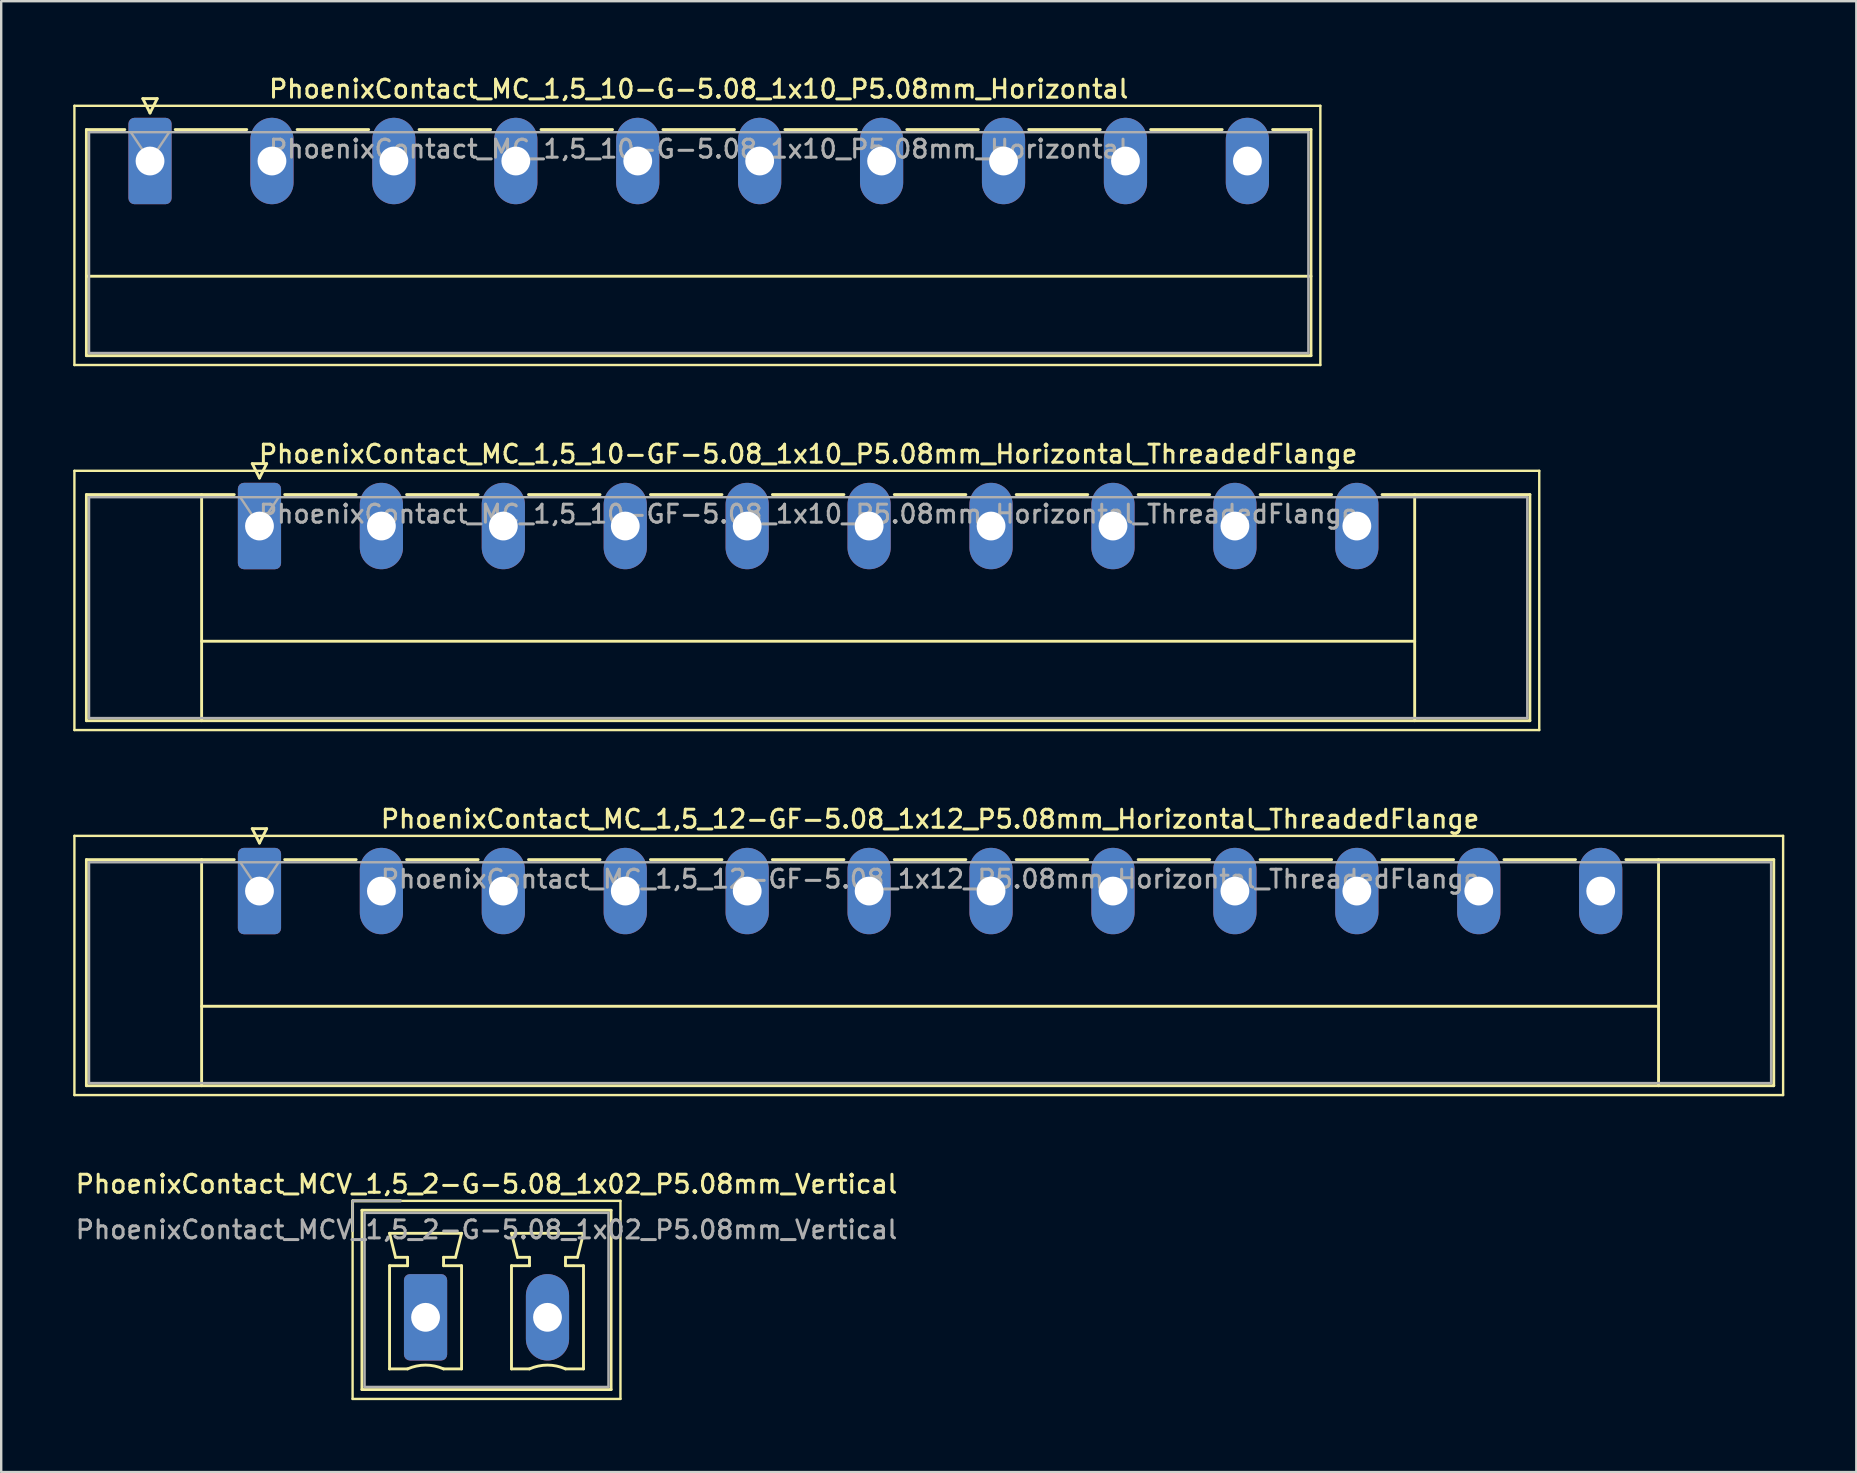
<source format=kicad_pcb>
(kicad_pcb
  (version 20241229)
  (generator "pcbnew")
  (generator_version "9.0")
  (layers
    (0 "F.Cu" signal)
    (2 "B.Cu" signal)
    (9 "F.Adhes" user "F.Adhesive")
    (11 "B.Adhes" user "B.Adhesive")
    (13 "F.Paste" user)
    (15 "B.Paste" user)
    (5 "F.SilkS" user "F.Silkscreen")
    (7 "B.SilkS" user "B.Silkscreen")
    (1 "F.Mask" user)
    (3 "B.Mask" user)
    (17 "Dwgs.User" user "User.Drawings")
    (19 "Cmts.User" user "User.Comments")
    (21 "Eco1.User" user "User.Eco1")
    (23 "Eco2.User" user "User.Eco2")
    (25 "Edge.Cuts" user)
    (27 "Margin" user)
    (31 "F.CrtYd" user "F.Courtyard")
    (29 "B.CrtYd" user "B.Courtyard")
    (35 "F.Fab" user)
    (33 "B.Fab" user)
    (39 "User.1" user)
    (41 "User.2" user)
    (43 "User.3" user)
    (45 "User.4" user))
  (footprint "PhoenixContact_MC_1,5_10-GF-5.08_1x10_P5.08mm_Horizontal_ThreadedFlange"
    (layer "F.Cu")
    (at 7.76 18.866)
    (property "Reference" "PhoenixContact_MC_1,5_10-GF-5.08_1x10_P5.08mm_Horizontal_ThreadedFlange" (at 22.86 -3 0) (layer "F.SilkS") (effects (font (size 0.75 0.75) (thickness 0.125))))
    (attr through_hole)
    (fp_line (start -7.71 -2.3) (end -7.71 8.5) (stroke (width 0.1) (type solid)) (layer "F.SilkS"))
    (fp_line (start -7.71 8.5) (end 53.32 8.5) (stroke (width 0.1) (type solid)) (layer "F.SilkS"))
    (fp_line (start -7.21 -1.31) (end -7.21 8.11) (stroke (width 0.12) (type solid)) (layer "F.SilkS"))
    (fp_line (start -7.21 -1.31) (end -1.05 -1.31) (stroke (width 0.12) (type solid)) (layer "F.SilkS"))
    (fp_line (start -7.21 8.11) (end 52.93 8.11) (stroke (width 0.12) (type solid)) (layer "F.SilkS"))
    (fp_line (start -2.41 -1.31) (end -2.41 8.11) (stroke (width 0.12) (type solid)) (layer "F.SilkS"))
    (fp_line (start -2.41 4.8) (end 48.13 4.8) (stroke (width 0.12) (type solid)) (layer "F.SilkS"))
    (fp_line (start -0.3 -2.6) (end 0.3 -2.6) (stroke (width 0.12) (type solid)) (layer "F.SilkS"))
    (fp_line (start 0 -2) (end -0.3 -2.6) (stroke (width 0.12) (type solid)) (layer "F.SilkS"))
    (fp_line (start 0.3 -2.6) (end 0 -2) (stroke (width 0.12) (type solid)) (layer "F.SilkS"))
    (fp_line (start 1.05 -1.31) (end 4.03 -1.31) (stroke (width 0.12) (type solid)) (layer "F.SilkS"))
    (fp_line (start 6.13 -1.31) (end 9.11 -1.31) (stroke (width 0.12) (type solid)) (layer "F.SilkS"))
    (fp_line (start 11.21 -1.31) (end 14.19 -1.31) (stroke (width 0.12) (type solid)) (layer "F.SilkS"))
    (fp_line (start 16.29 -1.31) (end 19.27 -1.31) (stroke (width 0.12) (type solid)) (layer "F.SilkS"))
    (fp_line (start 21.37 -1.31) (end 24.35 -1.31) (stroke (width 0.12) (type solid)) (layer "F.SilkS"))
    (fp_line (start 26.45 -1.31) (end 29.43 -1.31) (stroke (width 0.12) (type solid)) (layer "F.SilkS"))
    (fp_line (start 31.53 -1.31) (end 34.51 -1.31) (stroke (width 0.12) (type solid)) (layer "F.SilkS"))
    (fp_line (start 36.61 -1.31) (end 39.59 -1.31) (stroke (width 0.12) (type solid)) (layer "F.SilkS"))
    (fp_line (start 41.69 -1.31) (end 44.67 -1.31) (stroke (width 0.12) (type solid)) (layer "F.SilkS"))
    (fp_line (start 48.13 -1.31) (end 48.13 8.11) (stroke (width 0.12) (type solid)) (layer "F.SilkS"))
    (fp_line (start 52.93 -1.31) (end 46.77 -1.31) (stroke (width 0.12) (type solid)) (layer "F.SilkS"))
    (fp_line (start 52.93 8.11) (end 52.93 -1.31) (stroke (width 0.12) (type solid)) (layer "F.SilkS"))
    (fp_line (start 53.32 -2.3) (end -7.71 -2.3) (stroke (width 0.1) (type solid)) (layer "F.SilkS"))
    (fp_line (start 53.32 8.5) (end 53.32 -2.3) (stroke (width 0.1) (type solid)) (layer "F.SilkS"))
    (fp_line (start -7.1 -1.2) (end -7.1 8) (stroke (width 0.1) (type solid)) (layer "F.Fab"))
    (fp_line (start -7.1 8) (end 52.82 8) (stroke (width 0.1) (type solid)) (layer "F.Fab"))
    (fp_line (start 0 0) (end -0.8 -1.2) (stroke (width 0.1) (type solid)) (layer "F.Fab"))
    (fp_line (start 0.8 -1.2) (end 0 0) (stroke (width 0.1) (type solid)) (layer "F.Fab"))
    (fp_line (start 52.82 -1.2) (end -7.1 -1.2) (stroke (width 0.1) (type solid)) (layer "F.Fab"))
    (fp_line (start 52.82 8) (end 52.82 -1.2) (stroke (width 0.1) (type solid)) (layer "F.Fab"))
    (fp_text user "${REFERENCE}" (at 22.86 -0.5 0) (layer "F.Fab") (effects (font (size 0.75 0.75) (thickness 0.125))))
    (pad "1" thru_hole roundrect (at 0 0) (size 1.8 3.6) (drill 1.2) (layers "*.Cu" "*.Mask") (roundrect_rratio 0.139))
    (pad "2" thru_hole oval (at 5.08 0) (size 1.8 3.6) (drill 1.2) (layers "*.Cu" "*.Mask"))
    (pad "3" thru_hole oval (at 10.16 0) (size 1.8 3.6) (drill 1.2) (layers "*.Cu" "*.Mask"))
    (pad "4" thru_hole oval (at 15.24 0) (size 1.8 3.6) (drill 1.2) (layers "*.Cu" "*.Mask"))
    (pad "5" thru_hole oval (at 20.32 0) (size 1.8 3.6) (drill 1.2) (layers "*.Cu" "*.Mask"))
    (pad "6" thru_hole oval (at 25.4 0) (size 1.8 3.6) (drill 1.2) (layers "*.Cu" "*.Mask"))
    (pad "7" thru_hole oval (at 30.48 0) (size 1.8 3.6) (drill 1.2) (layers "*.Cu" "*.Mask"))
    (pad "8" thru_hole oval (at 35.56 0) (size 1.8 3.6) (drill 1.2) (layers "*.Cu" "*.Mask"))
    (pad "9" thru_hole oval (at 40.64 0) (size 1.8 3.6) (drill 1.2) (layers "*.Cu" "*.Mask"))
    (pad "10" thru_hole oval (at 45.72 0) (size 1.8 3.6) (drill 1.2) (layers "*.Cu" "*.Mask")))
  (footprint "PhoenixContact_MC_1,5_12-GF-5.08_1x12_P5.08mm_Horizontal_ThreadedFlange"
    (layer "F.Cu")
    (at 7.76 34.074)
    (property "Reference" "PhoenixContact_MC_1,5_12-GF-5.08_1x12_P5.08mm_Horizontal_ThreadedFlange" (at 27.94 -3 0) (layer "F.SilkS") (effects (font (size 0.75 0.75) (thickness 0.125))))
    (attr through_hole)
    (fp_line (start -7.71 -2.3) (end -7.71 8.5) (stroke (width 0.1) (type solid)) (layer "F.SilkS"))
    (fp_line (start -7.71 8.5) (end 63.48 8.5) (stroke (width 0.1) (type solid)) (layer "F.SilkS"))
    (fp_line (start -7.21 -1.31) (end -7.21 8.11) (stroke (width 0.12) (type solid)) (layer "F.SilkS"))
    (fp_line (start -7.21 -1.31) (end -1.05 -1.31) (stroke (width 0.12) (type solid)) (layer "F.SilkS"))
    (fp_line (start -7.21 8.11) (end 63.09 8.11) (stroke (width 0.12) (type solid)) (layer "F.SilkS"))
    (fp_line (start -2.41 -1.31) (end -2.41 8.11) (stroke (width 0.12) (type solid)) (layer "F.SilkS"))
    (fp_line (start -2.41 4.8) (end 58.29 4.8) (stroke (width 0.12) (type solid)) (layer "F.SilkS"))
    (fp_line (start -0.3 -2.6) (end 0.3 -2.6) (stroke (width 0.12) (type solid)) (layer "F.SilkS"))
    (fp_line (start 0 -2) (end -0.3 -2.6) (stroke (width 0.12) (type solid)) (layer "F.SilkS"))
    (fp_line (start 0.3 -2.6) (end 0 -2) (stroke (width 0.12) (type solid)) (layer "F.SilkS"))
    (fp_line (start 1.05 -1.31) (end 4.03 -1.31) (stroke (width 0.12) (type solid)) (layer "F.SilkS"))
    (fp_line (start 6.13 -1.31) (end 9.11 -1.31) (stroke (width 0.12) (type solid)) (layer "F.SilkS"))
    (fp_line (start 11.21 -1.31) (end 14.19 -1.31) (stroke (width 0.12) (type solid)) (layer "F.SilkS"))
    (fp_line (start 16.29 -1.31) (end 19.27 -1.31) (stroke (width 0.12) (type solid)) (layer "F.SilkS"))
    (fp_line (start 21.37 -1.31) (end 24.35 -1.31) (stroke (width 0.12) (type solid)) (layer "F.SilkS"))
    (fp_line (start 26.45 -1.31) (end 29.43 -1.31) (stroke (width 0.12) (type solid)) (layer "F.SilkS"))
    (fp_line (start 31.53 -1.31) (end 34.51 -1.31) (stroke (width 0.12) (type solid)) (layer "F.SilkS"))
    (fp_line (start 36.61 -1.31) (end 39.59 -1.31) (stroke (width 0.12) (type solid)) (layer "F.SilkS"))
    (fp_line (start 41.69 -1.31) (end 44.67 -1.31) (stroke (width 0.12) (type solid)) (layer "F.SilkS"))
    (fp_line (start 46.77 -1.31) (end 49.75 -1.31) (stroke (width 0.12) (type solid)) (layer "F.SilkS"))
    (fp_line (start 51.85 -1.31) (end 54.83 -1.31) (stroke (width 0.12) (type solid)) (layer "F.SilkS"))
    (fp_line (start 58.29 -1.31) (end 58.29 8.11) (stroke (width 0.12) (type solid)) (layer "F.SilkS"))
    (fp_line (start 63.09 -1.31) (end 56.93 -1.31) (stroke (width 0.12) (type solid)) (layer "F.SilkS"))
    (fp_line (start 63.09 8.11) (end 63.09 -1.31) (stroke (width 0.12) (type solid)) (layer "F.SilkS"))
    (fp_line (start 63.48 -2.3) (end -7.71 -2.3) (stroke (width 0.1) (type solid)) (layer "F.SilkS"))
    (fp_line (start 63.48 8.5) (end 63.48 -2.3) (stroke (width 0.1) (type solid)) (layer "F.SilkS"))
    (fp_line (start -7.1 -1.2) (end -7.1 8) (stroke (width 0.1) (type solid)) (layer "F.Fab"))
    (fp_line (start -7.1 8) (end 62.98 8) (stroke (width 0.1) (type solid)) (layer "F.Fab"))
    (fp_line (start 0 0) (end -0.8 -1.2) (stroke (width 0.1) (type solid)) (layer "F.Fab"))
    (fp_line (start 0.8 -1.2) (end 0 0) (stroke (width 0.1) (type solid)) (layer "F.Fab"))
    (fp_line (start 62.98 -1.2) (end -7.1 -1.2) (stroke (width 0.1) (type solid)) (layer "F.Fab"))
    (fp_line (start 62.98 8) (end 62.98 -1.2) (stroke (width 0.1) (type solid)) (layer "F.Fab"))
    (fp_text user "${REFERENCE}" (at 27.94 -0.5 0) (layer "F.Fab") (effects (font (size 0.75 0.75) (thickness 0.125))))
    (pad "1" thru_hole roundrect (at 0 0) (size 1.8 3.6) (drill 1.2) (layers "*.Cu" "*.Mask") (roundrect_rratio 0.139))
    (pad "2" thru_hole oval (at 5.08 0) (size 1.8 3.6) (drill 1.2) (layers "*.Cu" "*.Mask"))
    (pad "3" thru_hole oval (at 10.16 0) (size 1.8 3.6) (drill 1.2) (layers "*.Cu" "*.Mask"))
    (pad "4" thru_hole oval (at 15.24 0) (size 1.8 3.6) (drill 1.2) (layers "*.Cu" "*.Mask"))
    (pad "5" thru_hole oval (at 20.32 0) (size 1.8 3.6) (drill 1.2) (layers "*.Cu" "*.Mask"))
    (pad "6" thru_hole oval (at 25.4 0) (size 1.8 3.6) (drill 1.2) (layers "*.Cu" "*.Mask"))
    (pad "7" thru_hole oval (at 30.48 0) (size 1.8 3.6) (drill 1.2) (layers "*.Cu" "*.Mask"))
    (pad "8" thru_hole oval (at 35.56 0) (size 1.8 3.6) (drill 1.2) (layers "*.Cu" "*.Mask"))
    (pad "9" thru_hole oval (at 40.64 0) (size 1.8 3.6) (drill 1.2) (layers "*.Cu" "*.Mask"))
    (pad "10" thru_hole oval (at 45.72 0) (size 1.8 3.6) (drill 1.2) (layers "*.Cu" "*.Mask"))
    (pad "11" thru_hole oval (at 50.8 0) (size 1.8 3.6) (drill 1.2) (layers "*.Cu" "*.Mask"))
    (pad "12" thru_hole oval (at 55.88 0) (size 1.8 3.6) (drill 1.2) (layers "*.Cu" "*.Mask")))
  (footprint "PhoenixContact_MCV_1,5_2-G-5.08_1x02_P5.08mm_Vertical"
    (layer "F.Cu")
    (at 14.68 51.833)
    (property "Reference" "PhoenixContact_MCV_1,5_2-G-5.08_1x02_P5.08mm_Vertical" (at 2.54 -5.55 0) (layer "F.SilkS") (effects (font (size 0.75 0.75) (thickness 0.125))))
    (attr through_hole)
    (fp_line (start -3.04 -4.85) (end -3.04 3.4) (stroke (width 0.1) (type solid)) (layer "F.SilkS"))
    (fp_line (start -3.04 -4.85) (end -1.04 -4.85) (stroke (width 0.12) (type solid)) (layer "F.SilkS"))
    (fp_line (start -3.04 -3.6) (end -3.04 -4.85) (stroke (width 0.12) (type solid)) (layer "F.SilkS"))
    (fp_line (start -3.04 3.4) (end 8.12 3.4) (stroke (width 0.1) (type solid)) (layer "F.SilkS"))
    (fp_line (start -2.65 -4.46) (end -2.65 3.01) (stroke (width 0.12) (type solid)) (layer "F.SilkS"))
    (fp_line (start -2.65 3.01) (end 7.73 3.01) (stroke (width 0.12) (type solid)) (layer "F.SilkS"))
    (fp_line (start -1.5 -3.5) (end 1.5 -3.5) (stroke (width 0.12) (type solid)) (layer "F.SilkS"))
    (fp_line (start -1.5 -2.15) (end -0.75 -2.15) (stroke (width 0.12) (type solid)) (layer "F.SilkS"))
    (fp_line (start -1.5 2.15) (end -1.5 -2.15) (stroke (width 0.12) (type solid)) (layer "F.SilkS"))
    (fp_line (start -1.25 -2.5) (end -1.5 -3.5) (stroke (width 0.12) (type solid)) (layer "F.SilkS"))
    (fp_line (start -0.75 -2.5) (end -1.25 -2.5) (stroke (width 0.12) (type solid)) (layer "F.SilkS"))
    (fp_line (start -0.75 -2.15) (end -0.75 -2.5) (stroke (width 0.12) (type solid)) (layer "F.SilkS"))
    (fp_line (start -0.75 2.15) (end -1.5 2.15) (stroke (width 0.12) (type solid)) (layer "F.SilkS"))
    (fp_line (start 0.75 -2.5) (end 0.75 -2.15) (stroke (width 0.12) (type solid)) (layer "F.SilkS"))
    (fp_line (start 0.75 -2.15) (end 1.5 -2.15) (stroke (width 0.12) (type solid)) (layer "F.SilkS"))
    (fp_line (start 1.25 -2.5) (end 0.75 -2.5) (stroke (width 0.12) (type solid)) (layer "F.SilkS"))
    (fp_line (start 1.5 -3.5) (end 1.25 -2.5) (stroke (width 0.12) (type solid)) (layer "F.SilkS"))
    (fp_line (start 1.5 -2.15) (end 1.5 2.15) (stroke (width 0.12) (type solid)) (layer "F.SilkS"))
    (fp_line (start 1.5 2.15) (end 0.75 2.15) (stroke (width 0.12) (type solid)) (layer "F.SilkS"))
    (fp_line (start 3.58 -3.5) (end 6.58 -3.5) (stroke (width 0.12) (type solid)) (layer "F.SilkS"))
    (fp_line (start 3.58 -2.15) (end 4.33 -2.15) (stroke (width 0.12) (type solid)) (layer "F.SilkS"))
    (fp_line (start 3.58 2.15) (end 3.58 -2.15) (stroke (width 0.12) (type solid)) (layer "F.SilkS"))
    (fp_line (start 3.83 -2.5) (end 3.58 -3.5) (stroke (width 0.12) (type solid)) (layer "F.SilkS"))
    (fp_line (start 4.33 -2.5) (end 3.83 -2.5) (stroke (width 0.12) (type solid)) (layer "F.SilkS"))
    (fp_line (start 4.33 -2.15) (end 4.33 -2.5) (stroke (width 0.12) (type solid)) (layer "F.SilkS"))
    (fp_line (start 4.33 2.15) (end 3.58 2.15) (stroke (width 0.12) (type solid)) (layer "F.SilkS"))
    (fp_line (start 5.83 -2.5) (end 5.83 -2.15) (stroke (width 0.12) (type solid)) (layer "F.SilkS"))
    (fp_line (start 5.83 -2.15) (end 6.58 -2.15) (stroke (width 0.12) (type solid)) (layer "F.SilkS"))
    (fp_line (start 6.33 -2.5) (end 5.83 -2.5) (stroke (width 0.12) (type solid)) (layer "F.SilkS"))
    (fp_line (start 6.58 -3.5) (end 6.33 -2.5) (stroke (width 0.12) (type solid)) (layer "F.SilkS"))
    (fp_line (start 6.58 -2.15) (end 6.58 2.15) (stroke (width 0.12) (type solid)) (layer "F.SilkS"))
    (fp_line (start 6.58 2.15) (end 5.83 2.15) (stroke (width 0.12) (type solid)) (layer "F.SilkS"))
    (fp_line (start 7.73 -4.46) (end -2.65 -4.46) (stroke (width 0.12) (type solid)) (layer "F.SilkS"))
    (fp_line (start 7.73 3.01) (end 7.73 -4.46) (stroke (width 0.12) (type solid)) (layer "F.SilkS"))
    (fp_line (start 8.12 -4.85) (end -3.04 -4.85) (stroke (width 0.1) (type solid)) (layer "F.SilkS"))
    (fp_line (start 8.12 3.4) (end 8.12 -4.85) (stroke (width 0.1) (type solid)) (layer "F.SilkS"))
    (fp_arc (start -0.75 2.15) (mid -0.000193 1.99191) (end 0.749647 2.149844) (stroke (width 0.12) (type solid)) (layer "F.SilkS"))
    (fp_arc (start 4.33 2.15) (mid 5.079807 1.99191) (end 5.829647 2.149844) (stroke (width 0.12) (type solid)) (layer "F.SilkS"))
    (fp_line (start -3.04 -4.85) (end -1.04 -4.85) (stroke (width 0.1) (type solid)) (layer "F.Fab"))
    (fp_line (start -3.04 -3.6) (end -3.04 -4.85) (stroke (width 0.1) (type solid)) (layer "F.Fab"))
    (fp_line (start -2.54 -4.35) (end -2.54 2.9) (stroke (width 0.1) (type solid)) (layer "F.Fab"))
    (fp_line (start -2.54 2.9) (end 7.62 2.9) (stroke (width 0.1) (type solid)) (layer "F.Fab"))
    (fp_line (start 7.62 -4.35) (end -2.54 -4.35) (stroke (width 0.1) (type solid)) (layer "F.Fab"))
    (fp_line (start 7.62 2.9) (end 7.62 -4.35) (stroke (width 0.1) (type solid)) (layer "F.Fab"))
    (fp_text user "${REFERENCE}" (at 2.54 -3.65 0) (layer "F.Fab") (effects (font (size 0.75 0.75) (thickness 0.125))))
    (pad "1" thru_hole roundrect (at 0 0) (size 1.8 3.6) (drill 1.2) (layers "*.Cu" "*.Mask") (roundrect_rratio 0.139))
    (pad "2" thru_hole oval (at 5.08 0) (size 1.8 3.6) (drill 1.2) (layers "*.Cu" "*.Mask")))
  (footprint "PhoenixContact_MC_1,5_10-G-5.08_1x10_P5.08mm_Horizontal"
    (layer "F.Cu")
    (at 3.2 3.658)
    (property "Reference" "PhoenixContact_MC_1,5_10-G-5.08_1x10_P5.08mm_Horizontal" (at 22.86 -3 0) (layer "F.SilkS") (effects (font (size 0.75 0.75) (thickness 0.125))))
    (attr through_hole)
    (fp_line (start -3.15 -2.3) (end -3.15 8.5) (stroke (width 0.1) (type solid)) (layer "F.SilkS"))
    (fp_line (start -3.15 8.5) (end 48.76 8.5) (stroke (width 0.1) (type solid)) (layer "F.SilkS"))
    (fp_line (start -2.65 -1.31) (end -2.65 8.11) (stroke (width 0.12) (type solid)) (layer "F.SilkS"))
    (fp_line (start -2.65 -1.31) (end -1.05 -1.31) (stroke (width 0.12) (type solid)) (layer "F.SilkS"))
    (fp_line (start -2.65 4.8) (end 48.37 4.8) (stroke (width 0.12) (type solid)) (layer "F.SilkS"))
    (fp_line (start -2.65 8.11) (end 48.37 8.11) (stroke (width 0.12) (type solid)) (layer "F.SilkS"))
    (fp_line (start -0.3 -2.6) (end 0.3 -2.6) (stroke (width 0.12) (type solid)) (layer "F.SilkS"))
    (fp_line (start 0 -2) (end -0.3 -2.6) (stroke (width 0.12) (type solid)) (layer "F.SilkS"))
    (fp_line (start 0.3 -2.6) (end 0 -2) (stroke (width 0.12) (type solid)) (layer "F.SilkS"))
    (fp_line (start 1.05 -1.31) (end 4.03 -1.31) (stroke (width 0.12) (type solid)) (layer "F.SilkS"))
    (fp_line (start 6.13 -1.31) (end 9.11 -1.31) (stroke (width 0.12) (type solid)) (layer "F.SilkS"))
    (fp_line (start 11.21 -1.31) (end 14.19 -1.31) (stroke (width 0.12) (type solid)) (layer "F.SilkS"))
    (fp_line (start 16.29 -1.31) (end 19.27 -1.31) (stroke (width 0.12) (type solid)) (layer "F.SilkS"))
    (fp_line (start 21.37 -1.31) (end 24.35 -1.31) (stroke (width 0.12) (type solid)) (layer "F.SilkS"))
    (fp_line (start 26.45 -1.31) (end 29.43 -1.31) (stroke (width 0.12) (type solid)) (layer "F.SilkS"))
    (fp_line (start 31.53 -1.31) (end 34.51 -1.31) (stroke (width 0.12) (type solid)) (layer "F.SilkS"))
    (fp_line (start 36.61 -1.31) (end 39.59 -1.31) (stroke (width 0.12) (type solid)) (layer "F.SilkS"))
    (fp_line (start 41.69 -1.31) (end 44.67 -1.31) (stroke (width 0.12) (type solid)) (layer "F.SilkS"))
    (fp_line (start 48.37 -1.31) (end 46.77 -1.31) (stroke (width 0.12) (type solid)) (layer "F.SilkS"))
    (fp_line (start 48.37 8.11) (end 48.37 -1.31) (stroke (width 0.12) (type solid)) (layer "F.SilkS"))
    (fp_line (start 48.76 -2.3) (end -3.15 -2.3) (stroke (width 0.1) (type solid)) (layer "F.SilkS"))
    (fp_line (start 48.76 8.5) (end 48.76 -2.3) (stroke (width 0.1) (type solid)) (layer "F.SilkS"))
    (fp_line (start -2.54 -1.2) (end -2.54 8) (stroke (width 0.1) (type solid)) (layer "F.Fab"))
    (fp_line (start -2.54 8) (end 48.26 8) (stroke (width 0.1) (type solid)) (layer "F.Fab"))
    (fp_line (start 0 0) (end -0.8 -1.2) (stroke (width 0.1) (type solid)) (layer "F.Fab"))
    (fp_line (start 0.8 -1.2) (end 0 0) (stroke (width 0.1) (type solid)) (layer "F.Fab"))
    (fp_line (start 48.26 -1.2) (end -2.54 -1.2) (stroke (width 0.1) (type solid)) (layer "F.Fab"))
    (fp_line (start 48.26 8) (end 48.26 -1.2) (stroke (width 0.1) (type solid)) (layer "F.Fab"))
    (fp_text user "${REFERENCE}" (at 22.86 -0.5 0) (layer "F.Fab") (effects (font (size 0.75 0.75) (thickness 0.125))))
    (pad "1" thru_hole roundrect (at 0 0) (size 1.8 3.6) (drill 1.2) (layers "*.Cu" "*.Mask") (roundrect_rratio 0.139))
    (pad "2" thru_hole oval (at 5.08 0) (size 1.8 3.6) (drill 1.2) (layers "*.Cu" "*.Mask"))
    (pad "3" thru_hole oval (at 10.16 0) (size 1.8 3.6) (drill 1.2) (layers "*.Cu" "*.Mask"))
    (pad "4" thru_hole oval (at 15.24 0) (size 1.8 3.6) (drill 1.2) (layers "*.Cu" "*.Mask"))
    (pad "5" thru_hole oval (at 20.32 0) (size 1.8 3.6) (drill 1.2) (layers "*.Cu" "*.Mask"))
    (pad "6" thru_hole oval (at 25.4 0) (size 1.8 3.6) (drill 1.2) (layers "*.Cu" "*.Mask"))
    (pad "7" thru_hole oval (at 30.48 0) (size 1.8 3.6) (drill 1.2) (layers "*.Cu" "*.Mask"))
    (pad "8" thru_hole oval (at 35.56 0) (size 1.8 3.6) (drill 1.2) (layers "*.Cu" "*.Mask"))
    (pad "9" thru_hole oval (at 40.64 0) (size 1.8 3.6) (drill 1.2) (layers "*.Cu" "*.Mask"))
    (pad "10" thru_hole oval (at 45.72 0) (size 1.8 3.6) (drill 1.2) (layers "*.Cu" "*.Mask")))
  (gr_rect
    (start -3 -3)
    (end 74.29 58.282)
    (stroke (width 0.1) (type default))
    (fill no)
    (layer "Edge.Cuts")))
</source>
